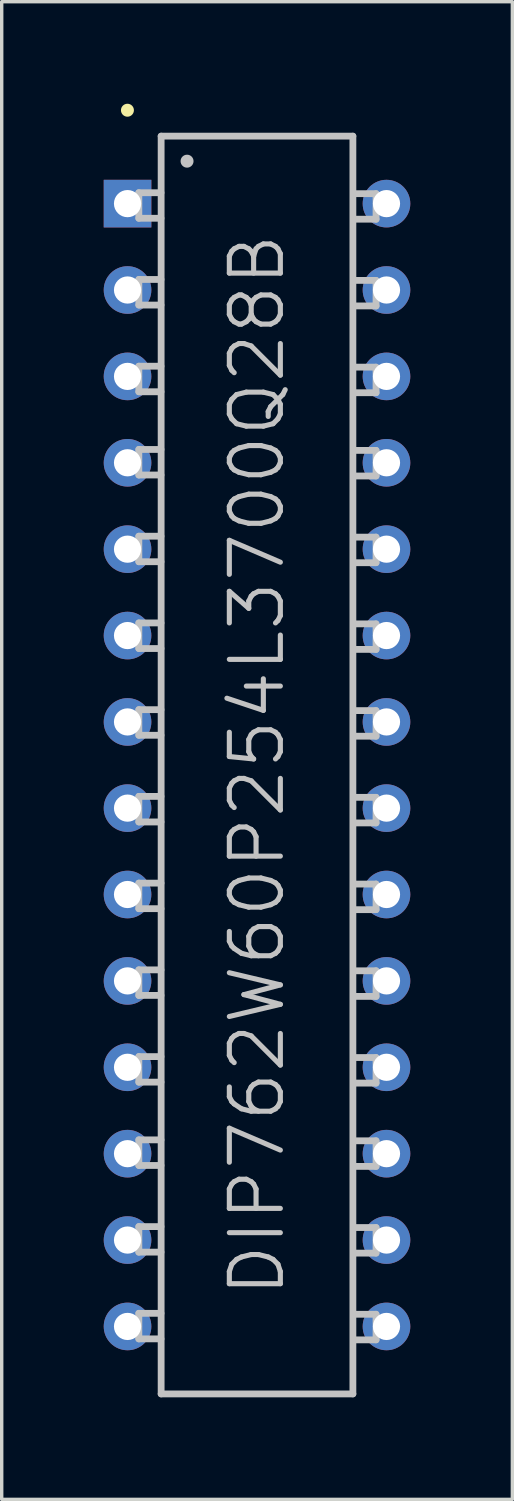
<source format=kicad_pcb>
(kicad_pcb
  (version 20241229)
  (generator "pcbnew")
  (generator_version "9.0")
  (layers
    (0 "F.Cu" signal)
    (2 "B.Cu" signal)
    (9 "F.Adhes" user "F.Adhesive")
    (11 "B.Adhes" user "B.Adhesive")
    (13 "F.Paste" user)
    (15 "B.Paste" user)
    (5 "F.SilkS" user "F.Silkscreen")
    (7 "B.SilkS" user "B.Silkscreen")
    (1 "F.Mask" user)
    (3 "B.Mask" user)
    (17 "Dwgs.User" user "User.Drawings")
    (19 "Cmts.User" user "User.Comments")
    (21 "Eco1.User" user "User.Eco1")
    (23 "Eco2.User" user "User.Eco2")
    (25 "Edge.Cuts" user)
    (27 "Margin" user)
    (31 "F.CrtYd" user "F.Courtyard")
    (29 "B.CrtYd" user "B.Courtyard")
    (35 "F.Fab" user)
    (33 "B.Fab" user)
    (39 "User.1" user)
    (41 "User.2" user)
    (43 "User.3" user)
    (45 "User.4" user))
  (footprint "DIP762W60P254L3700Q28B"
    (layer "F.Cu")
    (at 4.507 19.444)
    (property "Reference" "DIP762W60P254L3700Q28B" (at 0 0 90) (layer "Dwgs.User") (effects (font (size 1.5 1.5) (thickness 0.15))))
    (attr through_hole)
    (fp_line (start -3.81 -19.253) (end -3.81 -19.253) (stroke (width 0.381) (type solid)) (layer "F.SilkS"))
    (fp_line (start -3.475 -16.828) (end -2.824 -16.828) (stroke (width 0.2) (type solid)) (layer "Dwgs.User"))
    (fp_line (start -3.475 -16.076) (end -3.475 -16.828) (stroke (width 0.2) (type solid)) (layer "Dwgs.User"))
    (fp_line (start -3.475 -16.076) (end -2.824 -16.076) (stroke (width 0.2) (type solid)) (layer "Dwgs.User"))
    (fp_line (start -3.475 -14.277) (end -2.824 -14.277) (stroke (width 0.2) (type solid)) (layer "Dwgs.User"))
    (fp_line (start -3.475 -13.525) (end -3.475 -14.277) (stroke (width 0.2) (type solid)) (layer "Dwgs.User"))
    (fp_line (start -3.475 -13.525) (end -2.824 -13.525) (stroke (width 0.2) (type solid)) (layer "Dwgs.User"))
    (fp_line (start -3.475 -11.727) (end -2.824 -11.727) (stroke (width 0.2) (type solid)) (layer "Dwgs.User"))
    (fp_line (start -3.475 -10.975) (end -3.475 -11.727) (stroke (width 0.2) (type solid)) (layer "Dwgs.User"))
    (fp_line (start -3.475 -10.975) (end -2.824 -10.975) (stroke (width 0.2) (type solid)) (layer "Dwgs.User"))
    (fp_line (start -3.475 -9.279) (end -2.824 -9.279) (stroke (width 0.2) (type solid)) (layer "Dwgs.User"))
    (fp_line (start -3.475 -8.527) (end -3.475 -9.279) (stroke (width 0.2) (type solid)) (layer "Dwgs.User"))
    (fp_line (start -3.475 -8.527) (end -2.824 -8.527) (stroke (width 0.2) (type solid)) (layer "Dwgs.User"))
    (fp_line (start -3.475 -6.728) (end -2.824 -6.728) (stroke (width 0.2) (type solid)) (layer "Dwgs.User"))
    (fp_line (start -3.475 -5.977) (end -3.475 -6.728) (stroke (width 0.2) (type solid)) (layer "Dwgs.User"))
    (fp_line (start -3.475 -5.977) (end -2.824 -5.977) (stroke (width 0.2) (type solid)) (layer "Dwgs.User"))
    (fp_line (start -3.475 -4.178) (end -2.824 -4.178) (stroke (width 0.2) (type solid)) (layer "Dwgs.User"))
    (fp_line (start -3.475 -3.426) (end -3.475 -4.178) (stroke (width 0.2) (type solid)) (layer "Dwgs.User"))
    (fp_line (start -3.475 -3.426) (end -2.824 -3.426) (stroke (width 0.2) (type solid)) (layer "Dwgs.User"))
    (fp_line (start -3.475 -1.628) (end -2.824 -1.628) (stroke (width 0.2) (type solid)) (layer "Dwgs.User"))
    (fp_line (start -3.475 -0.876) (end -3.475 -1.628) (stroke (width 0.2) (type solid)) (layer "Dwgs.User"))
    (fp_line (start -3.475 -0.876) (end -2.824 -0.876) (stroke (width 0.2) (type solid)) (layer "Dwgs.User"))
    (fp_line (start -3.475 0.922) (end -2.824 0.922) (stroke (width 0.2) (type solid)) (layer "Dwgs.User"))
    (fp_line (start -3.475 1.674) (end -3.475 0.922) (stroke (width 0.2) (type solid)) (layer "Dwgs.User"))
    (fp_line (start -3.475 1.674) (end -2.824 1.674) (stroke (width 0.2) (type solid)) (layer "Dwgs.User"))
    (fp_line (start -3.475 3.472) (end -2.824 3.472) (stroke (width 0.2) (type solid)) (layer "Dwgs.User"))
    (fp_line (start -3.475 4.224) (end -3.475 3.472) (stroke (width 0.2) (type solid)) (layer "Dwgs.User"))
    (fp_line (start -3.475 4.224) (end -2.824 4.224) (stroke (width 0.2) (type solid)) (layer "Dwgs.User"))
    (fp_line (start -3.475 6.022) (end -2.824 6.022) (stroke (width 0.2) (type solid)) (layer "Dwgs.User"))
    (fp_line (start -3.475 6.774) (end -3.475 6.022) (stroke (width 0.2) (type solid)) (layer "Dwgs.User"))
    (fp_line (start -3.475 6.774) (end -2.824 6.774) (stroke (width 0.2) (type solid)) (layer "Dwgs.User"))
    (fp_line (start -3.475 8.572) (end -2.824 8.572) (stroke (width 0.2) (type solid)) (layer "Dwgs.User"))
    (fp_line (start -3.475 9.324) (end -3.475 8.572) (stroke (width 0.2) (type solid)) (layer "Dwgs.User"))
    (fp_line (start -3.475 9.324) (end -2.824 9.324) (stroke (width 0.2) (type solid)) (layer "Dwgs.User"))
    (fp_line (start -3.475 11.021) (end -2.824 11.021) (stroke (width 0.2) (type solid)) (layer "Dwgs.User"))
    (fp_line (start -3.475 11.773) (end -3.475 11.021) (stroke (width 0.2) (type solid)) (layer "Dwgs.User"))
    (fp_line (start -3.475 11.773) (end -2.824 11.773) (stroke (width 0.2) (type solid)) (layer "Dwgs.User"))
    (fp_line (start -3.475 13.571) (end -2.824 13.571) (stroke (width 0.2) (type solid)) (layer "Dwgs.User"))
    (fp_line (start -3.475 14.323) (end -3.475 13.571) (stroke (width 0.2) (type solid)) (layer "Dwgs.User"))
    (fp_line (start -3.475 14.323) (end -2.824 14.323) (stroke (width 0.2) (type solid)) (layer "Dwgs.User"))
    (fp_line (start -3.475 16.121) (end -2.824 16.121) (stroke (width 0.2) (type solid)) (layer "Dwgs.User"))
    (fp_line (start -3.475 16.873) (end -3.475 16.121) (stroke (width 0.2) (type solid)) (layer "Dwgs.User"))
    (fp_line (start -3.475 16.873) (end -2.824 16.873) (stroke (width 0.2) (type solid)) (layer "Dwgs.User"))
    (fp_line (start -2.819 -18.491) (end -2.819 18.491) (stroke (width 0.2) (type solid)) (layer "Dwgs.User"))
    (fp_line (start -2.819 -18.491) (end 2.819 -18.491) (stroke (width 0.2) (type solid)) (layer "Dwgs.User"))
    (fp_line (start -2.819 18.491) (end 2.819 18.491) (stroke (width 0.2) (type solid)) (layer "Dwgs.User"))
    (fp_line (start -2.057 -17.755) (end -2.057 -17.755) (stroke (width 0.381) (type solid)) (layer "Dwgs.User"))
    (fp_line (start 2.819 -18.491) (end 2.819 18.491) (stroke (width 0.2) (type solid)) (layer "Dwgs.User"))
    (fp_line (start 3.5 -16.8) (end 2.85 -16.8) (stroke (width 0.2) (type solid)) (layer "Dwgs.User"))
    (fp_line (start 3.5 -16.8) (end 3.5 -16.048) (stroke (width 0.2) (type solid)) (layer "Dwgs.User"))
    (fp_line (start 3.5 -16.048) (end 2.85 -16.048) (stroke (width 0.2) (type solid)) (layer "Dwgs.User"))
    (fp_line (start 3.5 -14.249) (end 2.85 -14.249) (stroke (width 0.2) (type solid)) (layer "Dwgs.User"))
    (fp_line (start 3.5 -14.249) (end 3.5 -13.498) (stroke (width 0.2) (type solid)) (layer "Dwgs.User"))
    (fp_line (start 3.5 -13.498) (end 2.85 -13.498) (stroke (width 0.2) (type solid)) (layer "Dwgs.User"))
    (fp_line (start 3.5 -11.699) (end 2.85 -11.699) (stroke (width 0.2) (type solid)) (layer "Dwgs.User"))
    (fp_line (start 3.5 -11.699) (end 3.5 -10.947) (stroke (width 0.2) (type solid)) (layer "Dwgs.User"))
    (fp_line (start 3.5 -10.947) (end 2.85 -10.947) (stroke (width 0.2) (type solid)) (layer "Dwgs.User"))
    (fp_line (start 3.5 -9.251) (end 2.85 -9.251) (stroke (width 0.2) (type solid)) (layer "Dwgs.User"))
    (fp_line (start 3.5 -9.251) (end 3.5 -8.499) (stroke (width 0.2) (type solid)) (layer "Dwgs.User"))
    (fp_line (start 3.5 -8.499) (end 2.85 -8.499) (stroke (width 0.2) (type solid)) (layer "Dwgs.User"))
    (fp_line (start 3.5 -6.701) (end 2.85 -6.701) (stroke (width 0.2) (type solid)) (layer "Dwgs.User"))
    (fp_line (start 3.5 -6.701) (end 3.5 -5.949) (stroke (width 0.2) (type solid)) (layer "Dwgs.User"))
    (fp_line (start 3.5 -5.949) (end 2.85 -5.949) (stroke (width 0.2) (type solid)) (layer "Dwgs.User"))
    (fp_line (start 3.5 -4.15) (end 2.85 -4.15) (stroke (width 0.2) (type solid)) (layer "Dwgs.User"))
    (fp_line (start 3.5 -4.15) (end 3.5 -3.399) (stroke (width 0.2) (type solid)) (layer "Dwgs.User"))
    (fp_line (start 3.5 -3.399) (end 2.85 -3.399) (stroke (width 0.2) (type solid)) (layer "Dwgs.User"))
    (fp_line (start 3.5 -1.6) (end 2.85 -1.6) (stroke (width 0.2) (type solid)) (layer "Dwgs.User"))
    (fp_line (start 3.5 -1.6) (end 3.5 -0.848) (stroke (width 0.2) (type solid)) (layer "Dwgs.User"))
    (fp_line (start 3.5 -0.848) (end 2.85 -0.848) (stroke (width 0.2) (type solid)) (layer "Dwgs.User"))
    (fp_line (start 3.5 0.95) (end 2.85 0.95) (stroke (width 0.2) (type solid)) (layer "Dwgs.User"))
    (fp_line (start 3.5 0.95) (end 3.5 1.702) (stroke (width 0.2) (type solid)) (layer "Dwgs.User"))
    (fp_line (start 3.5 1.702) (end 2.85 1.702) (stroke (width 0.2) (type solid)) (layer "Dwgs.User"))
    (fp_line (start 3.5 3.5) (end 2.85 3.5) (stroke (width 0.2) (type solid)) (layer "Dwgs.User"))
    (fp_line (start 3.5 3.5) (end 3.5 4.252) (stroke (width 0.2) (type solid)) (layer "Dwgs.User"))
    (fp_line (start 3.5 4.252) (end 2.85 4.252) (stroke (width 0.2) (type solid)) (layer "Dwgs.User"))
    (fp_line (start 3.5 6.05) (end 2.85 6.05) (stroke (width 0.2) (type solid)) (layer "Dwgs.User"))
    (fp_line (start 3.5 6.05) (end 3.5 6.802) (stroke (width 0.2) (type solid)) (layer "Dwgs.User"))
    (fp_line (start 3.5 6.802) (end 2.85 6.802) (stroke (width 0.2) (type solid)) (layer "Dwgs.User"))
    (fp_line (start 3.5 8.6) (end 2.85 8.6) (stroke (width 0.2) (type solid)) (layer "Dwgs.User"))
    (fp_line (start 3.5 8.6) (end 3.5 9.352) (stroke (width 0.2) (type solid)) (layer "Dwgs.User"))
    (fp_line (start 3.5 9.352) (end 2.85 9.352) (stroke (width 0.2) (type solid)) (layer "Dwgs.User"))
    (fp_line (start 3.5 11.049) (end 2.85 11.049) (stroke (width 0.2) (type solid)) (layer "Dwgs.User"))
    (fp_line (start 3.5 11.049) (end 3.5 11.801) (stroke (width 0.2) (type solid)) (layer "Dwgs.User"))
    (fp_line (start 3.5 11.801) (end 2.85 11.801) (stroke (width 0.2) (type solid)) (layer "Dwgs.User"))
    (fp_line (start 3.5 13.599) (end 2.85 13.599) (stroke (width 0.2) (type solid)) (layer "Dwgs.User"))
    (fp_line (start 3.5 13.599) (end 3.5 14.351) (stroke (width 0.2) (type solid)) (layer "Dwgs.User"))
    (fp_line (start 3.5 14.351) (end 2.85 14.351) (stroke (width 0.2) (type solid)) (layer "Dwgs.User"))
    (fp_line (start 3.5 16.149) (end 2.85 16.149) (stroke (width 0.2) (type solid)) (layer "Dwgs.User"))
    (fp_line (start 3.5 16.149) (end 3.5 16.901) (stroke (width 0.2) (type solid)) (layer "Dwgs.User"))
    (fp_line (start 3.5 16.901) (end 2.85 16.901) (stroke (width 0.2) (type solid)) (layer "Dwgs.User"))
    (pad "1" thru_hole rect (at -3.807 -16.507 180) (size 1.4 1.4) (drill 0.8) (layers "*.Cu" "*.Mask"))
    (pad "2" thru_hole circle (at -3.807 -13.967 180) (size 1.4 1.4) (drill 0.8) (layers "*.Cu" "*.Mask"))
    (pad "3" thru_hole circle (at -3.807 -11.427 180) (size 1.4 1.4) (drill 0.8) (layers "*.Cu" "*.Mask"))
    (pad "4" thru_hole circle (at -3.807 -8.887 180) (size 1.4 1.4) (drill 0.8) (layers "*.Cu" "*.Mask"))
    (pad "5" thru_hole circle (at -3.807 -6.347 180) (size 1.4 1.4) (drill 0.8) (layers "*.Cu" "*.Mask"))
    (pad "6" thru_hole circle (at -3.807 -3.807 180) (size 1.4 1.4) (drill 0.8) (layers "*.Cu" "*.Mask"))
    (pad "7" thru_hole circle (at -3.807 -1.267 180) (size 1.4 1.4) (drill 0.8) (layers "*.Cu" "*.Mask"))
    (pad "8" thru_hole circle (at -3.807 1.267 180) (size 1.4 1.4) (drill 0.8) (layers "*.Cu" "*.Mask"))
    (pad "9" thru_hole circle (at -3.807 3.807 180) (size 1.4 1.4) (drill 0.8) (layers "*.Cu" "*.Mask"))
    (pad "10" thru_hole circle (at -3.807 6.347 180) (size 1.4 1.4) (drill 0.8) (layers "*.Cu" "*.Mask"))
    (pad "11" thru_hole circle (at -3.807 8.887 180) (size 1.4 1.4) (drill 0.8) (layers "*.Cu" "*.Mask"))
    (pad "12" thru_hole circle (at -3.807 11.427 180) (size 1.4 1.4) (drill 0.8) (layers "*.Cu" "*.Mask"))
    (pad "13" thru_hole circle (at -3.807 13.967 180) (size 1.4 1.4) (drill 0.8) (layers "*.Cu" "*.Mask"))
    (pad "14" thru_hole circle (at -3.807 16.507 180) (size 1.4 1.4) (drill 0.8) (layers "*.Cu" "*.Mask"))
    (pad "15" thru_hole circle (at 3.807 16.507 180) (size 1.4 1.4) (drill 0.8) (layers "*.Cu" "*.Mask"))
    (pad "16" thru_hole circle (at 3.807 13.967 180) (size 1.4 1.4) (drill 0.8) (layers "*.Cu" "*.Mask"))
    (pad "17" thru_hole circle (at 3.807 11.427 180) (size 1.4 1.4) (drill 0.8) (layers "*.Cu" "*.Mask"))
    (pad "18" thru_hole circle (at 3.807 8.887 180) (size 1.4 1.4) (drill 0.8) (layers "*.Cu" "*.Mask"))
    (pad "19" thru_hole circle (at 3.807 6.347 180) (size 1.4 1.4) (drill 0.8) (layers "*.Cu" "*.Mask"))
    (pad "20" thru_hole circle (at 3.807 3.807 180) (size 1.4 1.4) (drill 0.8) (layers "*.Cu" "*.Mask"))
    (pad "21" thru_hole circle (at 3.807 1.267 180) (size 1.4 1.4) (drill 0.8) (layers "*.Cu" "*.Mask"))
    (pad "22" thru_hole circle (at 3.807 -1.267 180) (size 1.4 1.4) (drill 0.8) (layers "*.Cu" "*.Mask"))
    (pad "23" thru_hole circle (at 3.807 -3.807 180) (size 1.4 1.4) (drill 0.8) (layers "*.Cu" "*.Mask"))
    (pad "24" thru_hole circle (at 3.807 -6.347 180) (size 1.4 1.4) (drill 0.8) (layers "*.Cu" "*.Mask"))
    (pad "25" thru_hole circle (at 3.807 -8.887 180) (size 1.4 1.4) (drill 0.8) (layers "*.Cu" "*.Mask"))
    (pad "26" thru_hole circle (at 3.807 -11.427 180) (size 1.4 1.4) (drill 0.8) (layers "*.Cu" "*.Mask"))
    (pad "27" thru_hole circle (at 3.807 -13.967 180) (size 1.4 1.4) (drill 0.8) (layers "*.Cu" "*.Mask"))
    (pad "28" thru_hole circle (at 3.807 -16.507 180) (size 1.4 1.4) (drill 0.8) (layers "*.Cu" "*.Mask")))
  (gr_rect
    (start -3 -3)
    (end 12.015 41.035)
    (stroke (width 0.1) (type default))
    (fill no)
    (layer "Edge.Cuts")))
</source>
